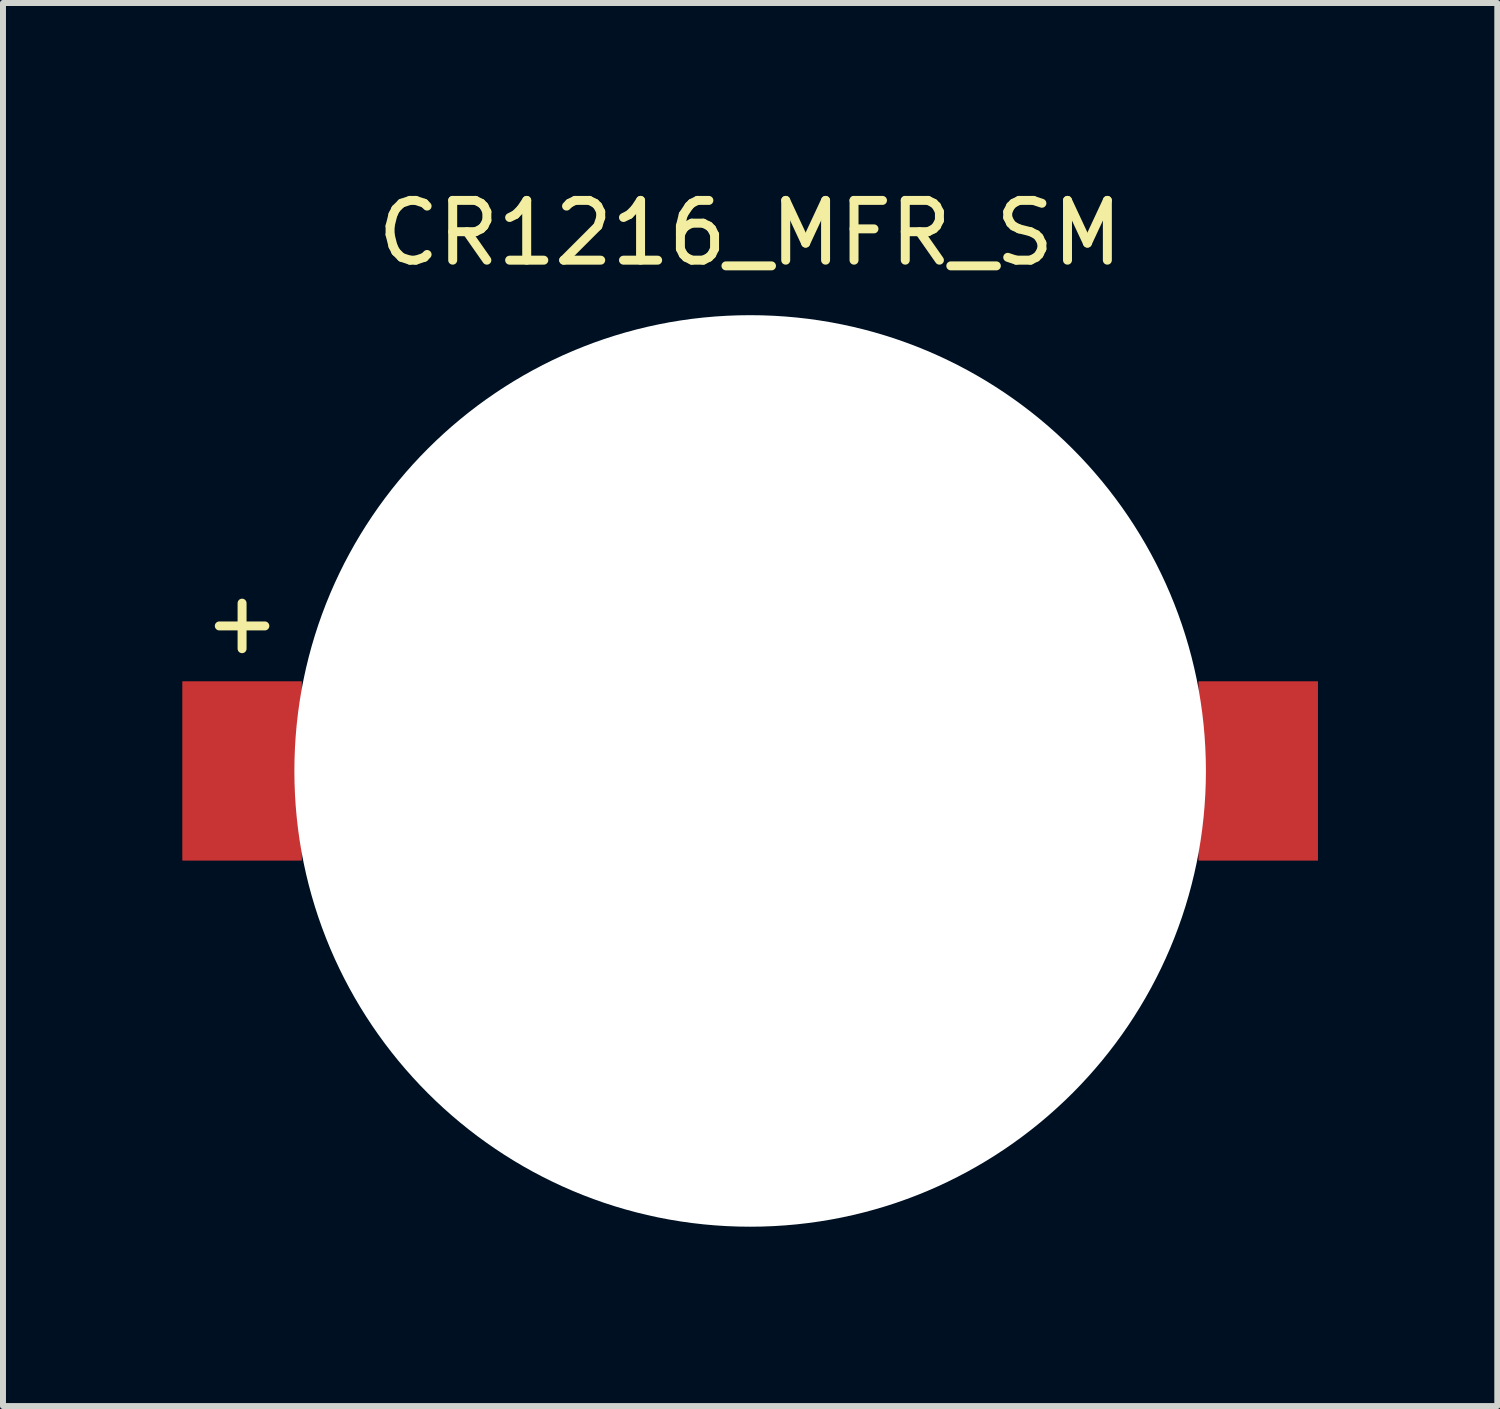
<source format=kicad_pcb>
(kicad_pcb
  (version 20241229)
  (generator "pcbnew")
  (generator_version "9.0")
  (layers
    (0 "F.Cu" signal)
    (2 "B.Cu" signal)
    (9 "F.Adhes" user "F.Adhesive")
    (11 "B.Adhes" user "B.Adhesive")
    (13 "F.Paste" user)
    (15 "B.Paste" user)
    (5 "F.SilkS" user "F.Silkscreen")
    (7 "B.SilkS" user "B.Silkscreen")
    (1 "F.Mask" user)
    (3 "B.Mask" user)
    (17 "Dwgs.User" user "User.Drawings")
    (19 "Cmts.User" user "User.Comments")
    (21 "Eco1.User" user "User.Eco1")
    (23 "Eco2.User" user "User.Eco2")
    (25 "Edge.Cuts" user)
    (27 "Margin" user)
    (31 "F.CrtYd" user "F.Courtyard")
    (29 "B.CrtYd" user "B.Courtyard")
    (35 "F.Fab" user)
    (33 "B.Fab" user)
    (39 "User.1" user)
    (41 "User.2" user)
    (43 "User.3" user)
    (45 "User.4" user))
  (footprint "CR1216_MFR_SM"
    (layer "F.Cu")
    (at 9.5 9.848)
    (property "Reference" "CR1216_MFR_SM" (at 0 -9 0) (layer "F.SilkS") (effects (font (size 1 1) (thickness 0.15))))
    (attr through_hole)
    (fp_text user "+" (at -8.5 -2.5 0) (layer "F.SilkS") (effects (font (size 1 1) (thickness 0.15))))
    (pad "" np_thru_hole circle (at 0 0) (size 15.25 15.25) (drill 15.25) (layers "*.Cu" "*.Mask"))
    (pad "1" smd rect (at -8.5 0) (size 2 3) (layers "F.Cu" "F.Mask" "F.Paste"))
    (pad "2" smd rect (at 8.5 0) (size 2 3) (layers "F.Cu" "F.Mask" "F.Paste")))
  (gr_rect
    (start -3 -3)
    (end 22 20.473)
    (stroke (width 0.1) (type default))
    (fill no)
    (layer "Edge.Cuts")))
</source>
